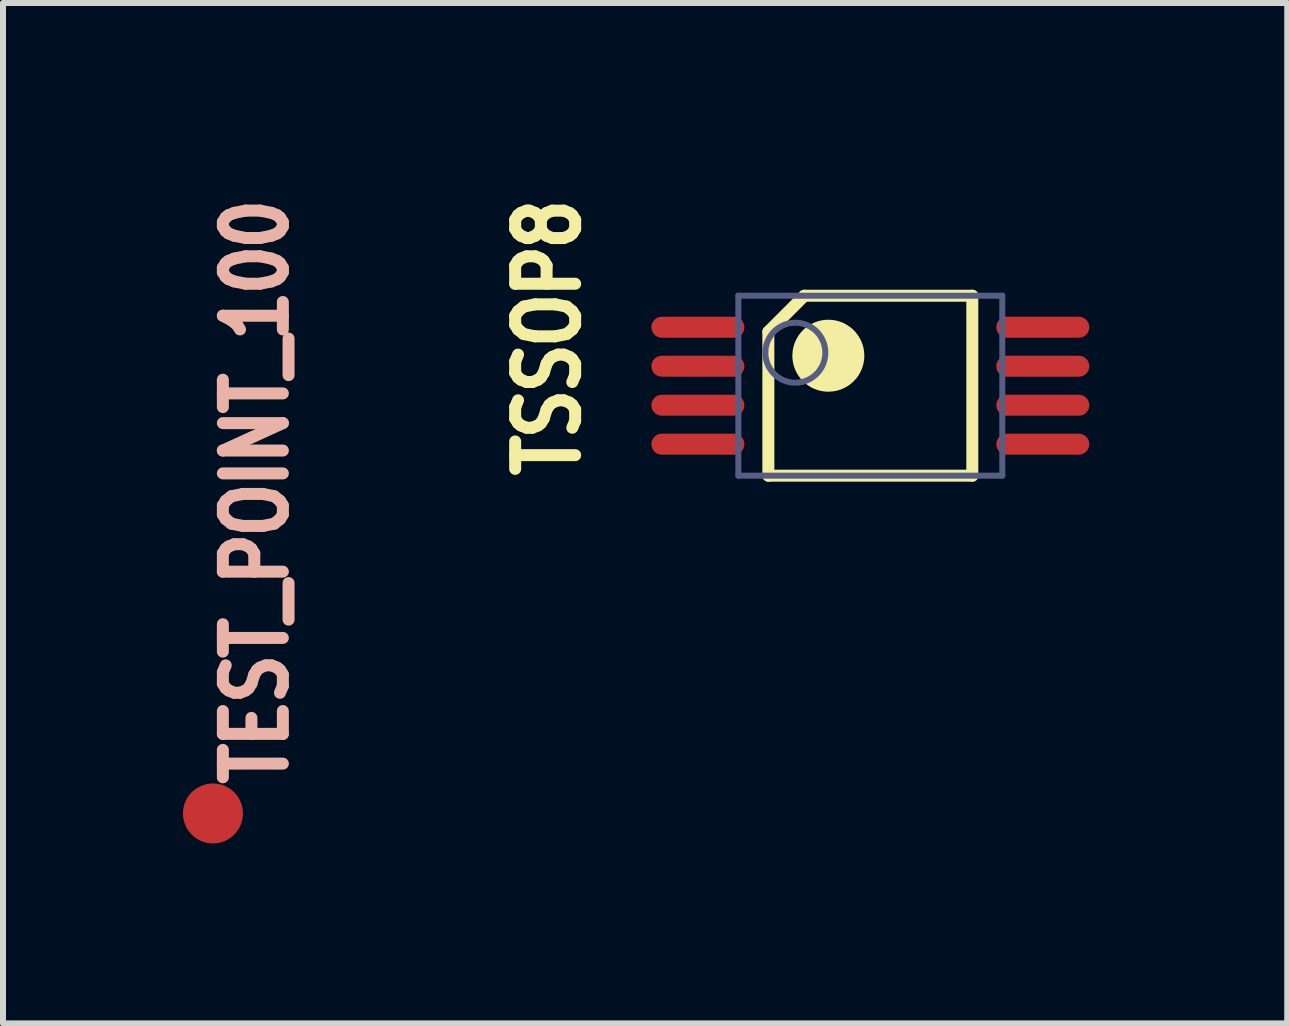
<source format=kicad_pcb>
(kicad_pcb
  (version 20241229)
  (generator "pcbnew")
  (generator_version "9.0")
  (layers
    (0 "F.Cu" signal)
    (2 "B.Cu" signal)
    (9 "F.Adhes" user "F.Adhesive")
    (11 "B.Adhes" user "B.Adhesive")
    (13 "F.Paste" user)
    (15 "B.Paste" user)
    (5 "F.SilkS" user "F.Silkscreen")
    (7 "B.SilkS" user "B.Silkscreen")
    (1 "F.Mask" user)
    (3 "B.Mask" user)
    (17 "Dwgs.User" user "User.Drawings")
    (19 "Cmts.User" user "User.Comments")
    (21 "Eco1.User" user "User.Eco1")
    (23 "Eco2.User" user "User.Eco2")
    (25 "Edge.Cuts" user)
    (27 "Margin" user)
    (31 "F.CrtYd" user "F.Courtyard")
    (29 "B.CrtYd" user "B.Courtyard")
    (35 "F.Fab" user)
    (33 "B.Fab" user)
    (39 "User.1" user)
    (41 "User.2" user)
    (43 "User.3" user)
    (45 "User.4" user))
  (footprint "TSSOP8"
    (layer "F.Cu")
    (at 11.459 3.38)
    (property "Reference" "TSSOP8" (at -4.788 1.594 90) (layer "F.SilkS") (effects (font (size 1 0.8) (thickness 0.2)) (justify left bottom)))
    (fp_line (start -1.7 -0.9) (end -1.1 -1.5) (stroke (width 0.2) (type default)) (layer "F.SilkS"))
    (fp_line (start -1.7 1.5) (end -1.7 -0.9) (stroke (width 0.2) (type solid)) (layer "F.SilkS"))
    (fp_line (start 1.7 -1.5) (end -1.1 -1.5) (stroke (width 0.2) (type solid)) (layer "F.SilkS"))
    (fp_line (start 1.7 1.5) (end -1.7 1.5) (stroke (width 0.2) (type solid)) (layer "F.SilkS"))
    (fp_line (start 1.7 1.5) (end 1.7 -1.5) (stroke (width 0.2) (type solid)) (layer "F.SilkS"))
    (fp_circle (center -0.7 -0.5) (end -1 -0.5) (stroke (width 0.6) (type solid)) (fill no) (layer "F.SilkS"))
    (fp_line (start -3.9 1.75) (end -3.9 -1.75) (stroke (width 0.1) (type solid)) (layer "Eco1.User"))
    (fp_line (start 0 0.5) (end 0 -0.5) (stroke (width 0.1) (type solid)) (layer "Eco1.User"))
    (fp_line (start 0.5 0) (end -0.5 0) (stroke (width 0.1) (type solid)) (layer "Eco1.User"))
    (fp_line (start 3.9 -1.75) (end -3.9 -1.75) (stroke (width 0.1) (type solid)) (layer "Eco1.User"))
    (fp_line (start 3.9 1.75) (end -3.9 1.75) (stroke (width 0.1) (type solid)) (layer "Eco1.User"))
    (fp_line (start 3.9 1.75) (end 3.9 -1.75) (stroke (width 0.1) (type solid)) (layer "Eco1.User"))
    (fp_line (start -2.2 1.5) (end -2.2 -1.5) (stroke (width 0.1) (type solid)) (layer "B.Fab"))
    (fp_line (start 2.2 -1.5) (end -2.2 -1.5) (stroke (width 0.1) (type solid)) (layer "B.Fab"))
    (fp_line (start 2.2 1.5) (end -2.2 1.5) (stroke (width 0.1) (type solid)) (layer "B.Fab"))
    (fp_line (start 2.2 1.5) (end 2.2 -1.5) (stroke (width 0.1) (type solid)) (layer "B.Fab"))
    (fp_circle (center -1.25 -0.55) (end -1.75 -0.55) (stroke (width 0.1) (type solid)) (fill no) (layer "B.Fab"))
    (pad "1" smd oval (at -2.875 -0.975 90) (size 0.35 1.55) (layers "F.Cu" "F.Mask" "F.Paste"))
    (pad "2" smd oval (at -2.875 -0.325 90) (size 0.35 1.55) (layers "F.Cu" "F.Mask" "F.Paste"))
    (pad "3" smd oval (at -2.875 0.325 90) (size 0.35 1.55) (layers "F.Cu" "F.Mask" "F.Paste"))
    (pad "4" smd oval (at -2.875 0.975 90) (size 0.35 1.55) (layers "F.Cu" "F.Mask" "F.Paste"))
    (pad "5" smd oval (at 2.875 0.975 90) (size 0.35 1.55) (layers "F.Cu" "F.Mask" "F.Paste"))
    (pad "6" smd oval (at 2.875 0.325 90) (size 0.35 1.55) (layers "F.Cu" "F.Mask" "F.Paste"))
    (pad "7" smd oval (at 2.875 -0.325 90) (size 0.35 1.55) (layers "F.Cu" "F.Mask" "F.Paste"))
    (pad "8" smd oval (at 2.875 -0.975 90) (size 0.35 1.55) (layers "F.Cu" "F.Mask" "F.Paste")))
  (footprint "TEST_POINT_100"
    (layer "F.Cu")
    (at 0.5 10.511)
    (property "Reference" "TEST_POINT_100" (at 1.298 -0.395 90) (layer "B.SilkS") (effects (font (size 1 0.8) (thickness 0.2)) (justify left bottom)))
    (pad "1" smd circle (at 0 0 180) (size 1 1) (layers "F.Cu" "F.Mask")))
  (gr_rect
    (start -3 -3)
    (end 18.409 14.011)
    (stroke (width 0.1) (type default))
    (fill no)
    (layer "Edge.Cuts")))
</source>
